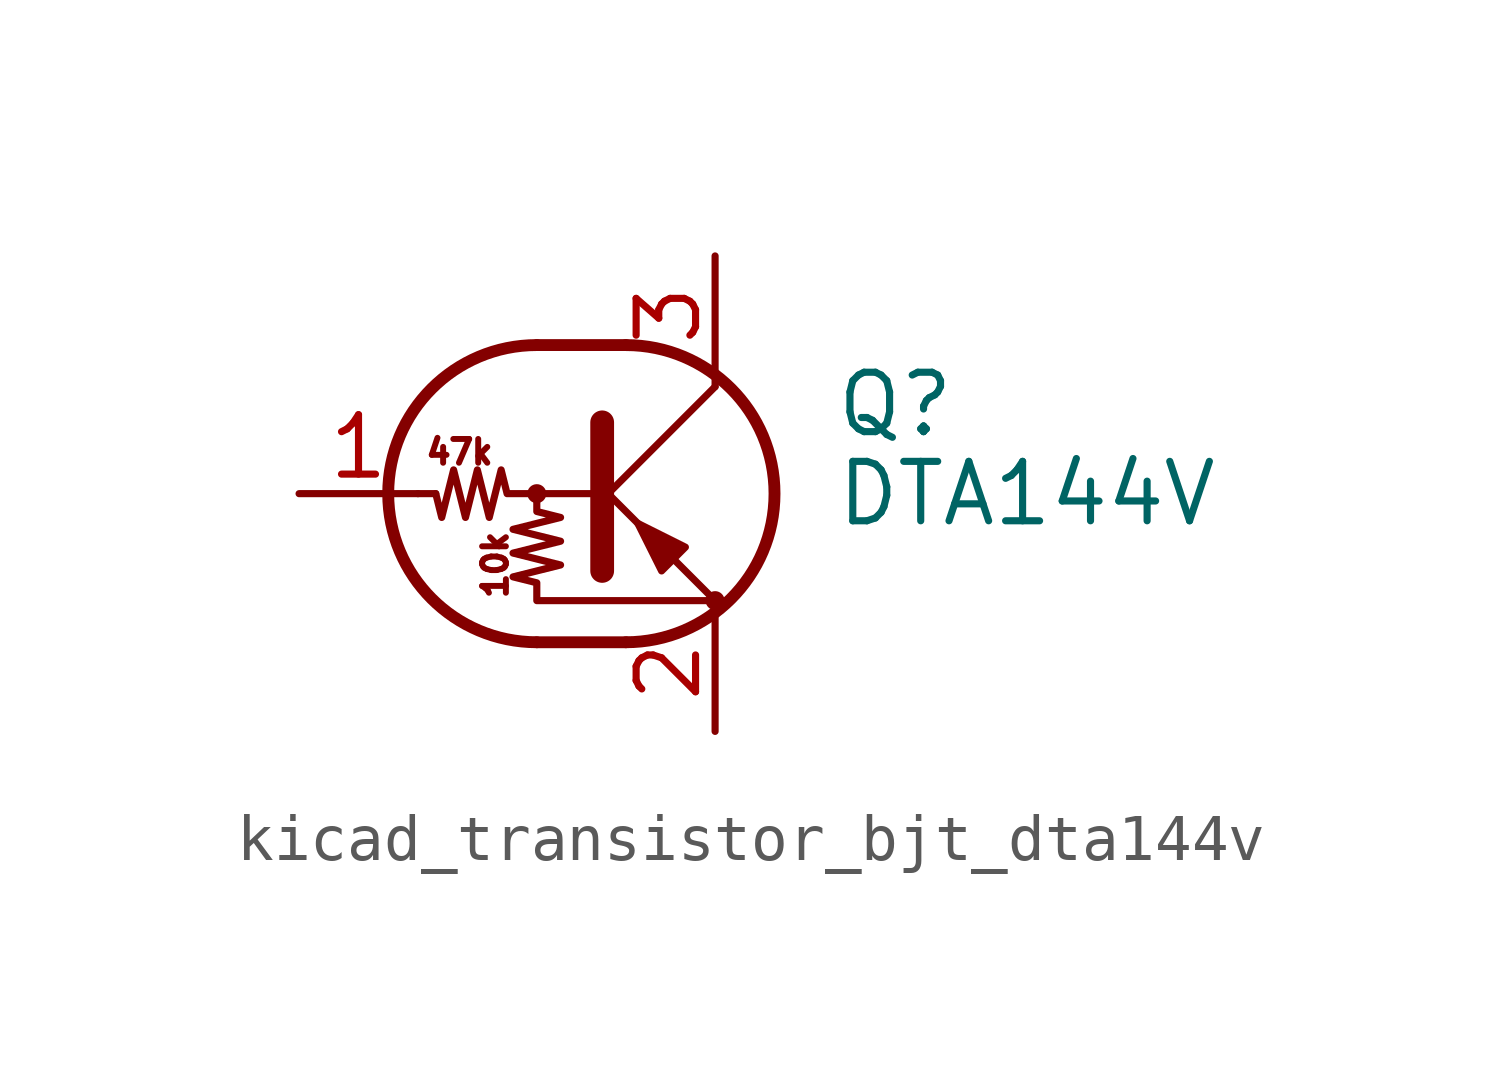
<source format=kicad_sym>
(kicad_symbol_lib
  (version 20220914)
  (generator kicad_symbol_editor)
  (symbol "kicad_transistor_bjt_dta144v"
    (pin_names
      (offset 0) hide)
    (property "Reference" "Q"
      (at 5.08 1.905 0)
      (effects (font (size 1.27 1.27)) (justify left)))
    (property "Value" "DTA144V"
      (at 5.08 0 0)
      (effects (font (size 1.27 1.27)) (justify left)))
    (symbol "kicad_transistor_bjt_dta144v_0_0"
      (text "10k" (at -2.159 -1.524 900) (effects (font (size 0.508 0.508))))
      (text "47k" (at -2.921 0.889 0) (effects (font (size 0.508 0.508)))))
    (symbol "kicad_transistor_bjt_dta144v_0_1"
      (circle (center -1.27 0) (radius 0.127) (stroke (width 0) (type default)) (fill (type none)))
      (arc (start -1.27 3.175) (mid -4.4312 0) (end -1.27 -3.175) (stroke (width 0.254) (type default)) (fill (type none)))
      (polyline (pts (xy -3.429 0) (xy -3.81 0)) (stroke (width 0) (type default)) (fill (type none)))
      (polyline (pts (xy -1.27 -3.175) (xy 0.635 -3.175)) (stroke (width 0.254) (type default)) (fill (type none)))
      (polyline (pts (xy -1.27 3.175) (xy 0.635 3.175)) (stroke (width 0.254) (type default)) (fill (type none)))
      (polyline (pts (xy 0 -0.254) (xy 2.54 2.286)) (stroke (width 0) (type default)) (fill (type none)))
      (polyline (pts (xy 0.127 1.524) (xy 0.127 -1.651)) (stroke (width 0.508) (type default)) (fill (type outline)))
      (polyline (pts (xy 2.54 2.286) (xy 2.54 2.54)) (stroke (width 0) (type default)) (fill (type none)))
      (polyline (pts (xy 2.54 -2.286) (xy 0 0.254) (xy 0 0.254)) (stroke (width 0) (type default)) (fill (type none)))
      (polyline (pts (xy 1.397 -1.651) (xy 1.905 -1.143) (xy 0.889 -0.635) (xy 1.397 -1.651)) (stroke (width 0) (type default)) (fill (type outline)))
      (polyline (pts (xy 0 0) (xy -1.905 0) (xy -2.032 0.508) (xy -2.286 -0.508) (xy -2.54 0.508) (xy -2.794 -0.508) (xy -3.048 0.508) (xy -3.302 -0.508) (xy -3.429 0)) (stroke (width 0) (type default)) (fill (type none)))
      (polyline (pts (xy -1.27 0) (xy -1.27 -0.381) (xy -0.762 -0.508) (xy -1.778 -0.762) (xy -0.762 -1.016) (xy -1.778 -1.27) (xy -0.762 -1.524) (xy -1.778 -1.778) (xy -1.27 -1.905) (xy -1.27 -2.286) (xy 2.54 -2.286)) (stroke (width 0) (type default)) (fill (type none)))
      (arc (start 0.635 -3.175) (mid 3.7962 0) (end 0.635 3.175) (stroke (width 0.254) (type default)) (fill (type none)))
      (circle (center 2.54 -2.286) (radius 0.127) (stroke (width 0) (type default)) (fill (type none))))
    (symbol "kicad_transistor_bjt_dta144v_1_1"
      (pin input line (at -6.35 0 0) (length 2.54) (name "B" (effects (font (size 1.27 1.27)))) (number "1" (effects (font (size 1.27 1.27)))))
      (pin passive line (at 2.54 -5.08 90) (length 2.54) (name "E" (effects (font (size 1.27 1.27)))) (number "2" (effects (font (size 1.27 1.27)))))
      (pin passive line (at 2.54 5.08 270) (length 2.54) (name "C" (effects (font (size 1.27 1.27)))) (number "3" (effects (font (size 1.27 1.27))))))))
</source>
